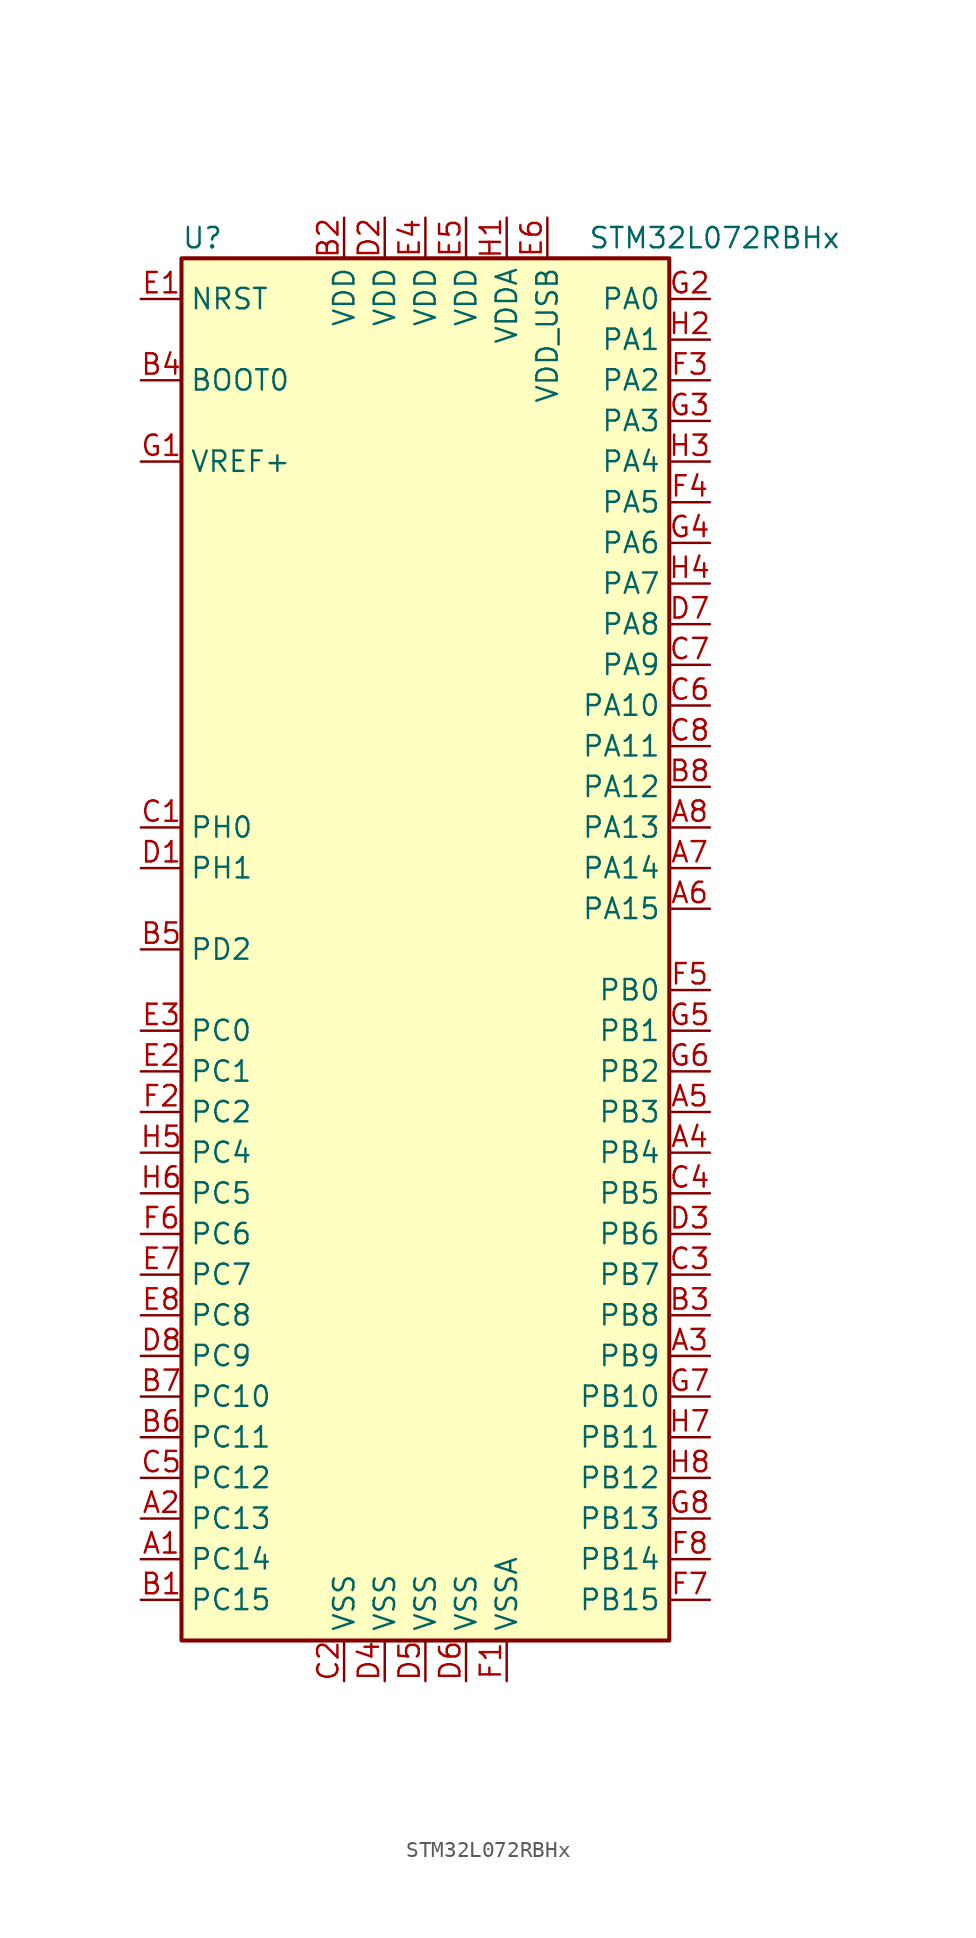
<source format=kicad_sym>
(kicad_symbol_lib
  (version 20211014)
  (generator kicad_symbol_editor)
  (symbol "STM32L072RBHx"
    (property "Reference" "U"
      (at -15.24 44.45 0)
      (effects (font (size 1.27 1.27)) (justify left)))
    (property "Value" "STM32L072RBHx"
      (at 10.16 44.45 0)
      (effects (font (size 1.27 1.27)) (justify left)))
    (symbol "STM32L072RBHx_0_1"
      (rectangle (start -15.24 -43.18) (end 15.24 43.18) (stroke (width 0.254) (type default) (color 0 0 0 0)) (fill (type background))))
    (symbol "STM32L072RBHx_1_1"
      (pin bidirectional line (at -17.78 -38.1 0) (length 2.54) (name "PC14" (effects (font (size 1.27 1.27)))) (number "A1" (effects (font (size 1.27 1.27)))))
      (pin bidirectional line (at -17.78 -35.56 0) (length 2.54) (name "PC13" (effects (font (size 1.27 1.27)))) (number "A2" (effects (font (size 1.27 1.27)))))
      (pin bidirectional line (at 17.78 -25.4 180) (length 2.54) (name "PB9" (effects (font (size 1.27 1.27)))) (number "A3" (effects (font (size 1.27 1.27)))))
      (pin bidirectional line (at 17.78 -12.7 180) (length 2.54) (name "PB4" (effects (font (size 1.27 1.27)))) (number "A4" (effects (font (size 1.27 1.27)))))
      (pin bidirectional line (at 17.78 -10.16 180) (length 2.54) (name "PB3" (effects (font (size 1.27 1.27)))) (number "A5" (effects (font (size 1.27 1.27)))))
      (pin bidirectional line (at 17.78 2.54 180) (length 2.54) (name "PA15" (effects (font (size 1.27 1.27)))) (number "A6" (effects (font (size 1.27 1.27)))))
      (pin bidirectional line (at 17.78 5.08 180) (length 2.54) (name "PA14" (effects (font (size 1.27 1.27)))) (number "A7" (effects (font (size 1.27 1.27)))))
      (pin bidirectional line (at 17.78 7.62 180) (length 2.54) (name "PA13" (effects (font (size 1.27 1.27)))) (number "A8" (effects (font (size 1.27 1.27)))))
      (pin bidirectional line (at -17.78 -40.64 0) (length 2.54) (name "PC15" (effects (font (size 1.27 1.27)))) (number "B1" (effects (font (size 1.27 1.27)))))
      (pin power_in line (at -5.08 45.72 270) (length 2.54) (name "VDD" (effects (font (size 1.27 1.27)))) (number "B2" (effects (font (size 1.27 1.27)))))
      (pin bidirectional line (at 17.78 -22.86 180) (length 2.54) (name "PB8" (effects (font (size 1.27 1.27)))) (number "B3" (effects (font (size 1.27 1.27)))))
      (pin input line (at -17.78 35.56 0) (length 2.54) (name "BOOT0" (effects (font (size 1.27 1.27)))) (number "B4" (effects (font (size 1.27 1.27)))))
      (pin bidirectional line (at -17.78 0 0) (length 2.54) (name "PD2" (effects (font (size 1.27 1.27)))) (number "B5" (effects (font (size 1.27 1.27)))))
      (pin bidirectional line (at -17.78 -30.48 0) (length 2.54) (name "PC11" (effects (font (size 1.27 1.27)))) (number "B6" (effects (font (size 1.27 1.27)))))
      (pin bidirectional line (at -17.78 -27.94 0) (length 2.54) (name "PC10" (effects (font (size 1.27 1.27)))) (number "B7" (effects (font (size 1.27 1.27)))))
      (pin bidirectional line (at 17.78 10.16 180) (length 2.54) (name "PA12" (effects (font (size 1.27 1.27)))) (number "B8" (effects (font (size 1.27 1.27)))))
      (pin input line (at -17.78 7.62 0) (length 2.54) (name "PH0" (effects (font (size 1.27 1.27)))) (number "C1" (effects (font (size 1.27 1.27)))))
      (pin power_in line (at -5.08 -45.72 90) (length 2.54) (name "VSS" (effects (font (size 1.27 1.27)))) (number "C2" (effects (font (size 1.27 1.27)))))
      (pin bidirectional line (at 17.78 -20.32 180) (length 2.54) (name "PB7" (effects (font (size 1.27 1.27)))) (number "C3" (effects (font (size 1.27 1.27)))))
      (pin bidirectional line (at 17.78 -15.24 180) (length 2.54) (name "PB5" (effects (font (size 1.27 1.27)))) (number "C4" (effects (font (size 1.27 1.27)))))
      (pin bidirectional line (at -17.78 -33.02 0) (length 2.54) (name "PC12" (effects (font (size 1.27 1.27)))) (number "C5" (effects (font (size 1.27 1.27)))))
      (pin bidirectional line (at 17.78 15.24 180) (length 2.54) (name "PA10" (effects (font (size 1.27 1.27)))) (number "C6" (effects (font (size 1.27 1.27)))))
      (pin bidirectional line (at 17.78 17.78 180) (length 2.54) (name "PA9" (effects (font (size 1.27 1.27)))) (number "C7" (effects (font (size 1.27 1.27)))))
      (pin bidirectional line (at 17.78 12.7 180) (length 2.54) (name "PA11" (effects (font (size 1.27 1.27)))) (number "C8" (effects (font (size 1.27 1.27)))))
      (pin input line (at -17.78 5.08 0) (length 2.54) (name "PH1" (effects (font (size 1.27 1.27)))) (number "D1" (effects (font (size 1.27 1.27)))))
      (pin power_in line (at -2.54 45.72 270) (length 2.54) (name "VDD" (effects (font (size 1.27 1.27)))) (number "D2" (effects (font (size 1.27 1.27)))))
      (pin bidirectional line (at 17.78 -17.78 180) (length 2.54) (name "PB6" (effects (font (size 1.27 1.27)))) (number "D3" (effects (font (size 1.27 1.27)))))
      (pin power_in line (at -2.54 -45.72 90) (length 2.54) (name "VSS" (effects (font (size 1.27 1.27)))) (number "D4" (effects (font (size 1.27 1.27)))))
      (pin power_in line (at 0 -45.72 90) (length 2.54) (name "VSS" (effects (font (size 1.27 1.27)))) (number "D5" (effects (font (size 1.27 1.27)))))
      (pin power_in line (at 2.54 -45.72 90) (length 2.54) (name "VSS" (effects (font (size 1.27 1.27)))) (number "D6" (effects (font (size 1.27 1.27)))))
      (pin bidirectional line (at 17.78 20.32 180) (length 2.54) (name "PA8" (effects (font (size 1.27 1.27)))) (number "D7" (effects (font (size 1.27 1.27)))))
      (pin bidirectional line (at -17.78 -25.4 0) (length 2.54) (name "PC9" (effects (font (size 1.27 1.27)))) (number "D8" (effects (font (size 1.27 1.27)))))
      (pin input line (at -17.78 40.64 0) (length 2.54) (name "NRST" (effects (font (size 1.27 1.27)))) (number "E1" (effects (font (size 1.27 1.27)))))
      (pin bidirectional line (at -17.78 -7.62 0) (length 2.54) (name "PC1" (effects (font (size 1.27 1.27)))) (number "E2" (effects (font (size 1.27 1.27)))))
      (pin bidirectional line (at -17.78 -5.08 0) (length 2.54) (name "PC0" (effects (font (size 1.27 1.27)))) (number "E3" (effects (font (size 1.27 1.27)))))
      (pin power_in line (at 0 45.72 270) (length 2.54) (name "VDD" (effects (font (size 1.27 1.27)))) (number "E4" (effects (font (size 1.27 1.27)))))
      (pin power_in line (at 2.54 45.72 270) (length 2.54) (name "VDD" (effects (font (size 1.27 1.27)))) (number "E5" (effects (font (size 1.27 1.27)))))
      (pin power_in line (at 7.62 45.72 270) (length 2.54) (name "VDD_USB" (effects (font (size 1.27 1.27)))) (number "E6" (effects (font (size 1.27 1.27)))))
      (pin bidirectional line (at -17.78 -20.32 0) (length 2.54) (name "PC7" (effects (font (size 1.27 1.27)))) (number "E7" (effects (font (size 1.27 1.27)))))
      (pin bidirectional line (at -17.78 -22.86 0) (length 2.54) (name "PC8" (effects (font (size 1.27 1.27)))) (number "E8" (effects (font (size 1.27 1.27)))))
      (pin power_in line (at 5.08 -45.72 90) (length 2.54) (name "VSSA" (effects (font (size 1.27 1.27)))) (number "F1" (effects (font (size 1.27 1.27)))))
      (pin bidirectional line (at -17.78 -10.16 0) (length 2.54) (name "PC2" (effects (font (size 1.27 1.27)))) (number "F2" (effects (font (size 1.27 1.27)))))
      (pin bidirectional line (at 17.78 35.56 180) (length 2.54) (name "PA2" (effects (font (size 1.27 1.27)))) (number "F3" (effects (font (size 1.27 1.27)))))
      (pin bidirectional line (at 17.78 27.94 180) (length 2.54) (name "PA5" (effects (font (size 1.27 1.27)))) (number "F4" (effects (font (size 1.27 1.27)))))
      (pin bidirectional line (at 17.78 -2.54 180) (length 2.54) (name "PB0" (effects (font (size 1.27 1.27)))) (number "F5" (effects (font (size 1.27 1.27)))))
      (pin bidirectional line (at -17.78 -17.78 0) (length 2.54) (name "PC6" (effects (font (size 1.27 1.27)))) (number "F6" (effects (font (size 1.27 1.27)))))
      (pin bidirectional line (at 17.78 -40.64 180) (length 2.54) (name "PB15" (effects (font (size 1.27 1.27)))) (number "F7" (effects (font (size 1.27 1.27)))))
      (pin bidirectional line (at 17.78 -38.1 180) (length 2.54) (name "PB14" (effects (font (size 1.27 1.27)))) (number "F8" (effects (font (size 1.27 1.27)))))
      (pin power_in line (at -17.78 30.48 0) (length 2.54) (name "VREF+" (effects (font (size 1.27 1.27)))) (number "G1" (effects (font (size 1.27 1.27)))))
      (pin bidirectional line (at 17.78 40.64 180) (length 2.54) (name "PA0" (effects (font (size 1.27 1.27)))) (number "G2" (effects (font (size 1.27 1.27)))))
      (pin bidirectional line (at 17.78 33.02 180) (length 2.54) (name "PA3" (effects (font (size 1.27 1.27)))) (number "G3" (effects (font (size 1.27 1.27)))))
      (pin bidirectional line (at 17.78 25.4 180) (length 2.54) (name "PA6" (effects (font (size 1.27 1.27)))) (number "G4" (effects (font (size 1.27 1.27)))))
      (pin bidirectional line (at 17.78 -5.08 180) (length 2.54) (name "PB1" (effects (font (size 1.27 1.27)))) (number "G5" (effects (font (size 1.27 1.27)))))
      (pin bidirectional line (at 17.78 -7.62 180) (length 2.54) (name "PB2" (effects (font (size 1.27 1.27)))) (number "G6" (effects (font (size 1.27 1.27)))))
      (pin bidirectional line (at 17.78 -27.94 180) (length 2.54) (name "PB10" (effects (font (size 1.27 1.27)))) (number "G7" (effects (font (size 1.27 1.27)))))
      (pin bidirectional line (at 17.78 -35.56 180) (length 2.54) (name "PB13" (effects (font (size 1.27 1.27)))) (number "G8" (effects (font (size 1.27 1.27)))))
      (pin power_in line (at 5.08 45.72 270) (length 2.54) (name "VDDA" (effects (font (size 1.27 1.27)))) (number "H1" (effects (font (size 1.27 1.27)))))
      (pin bidirectional line (at 17.78 38.1 180) (length 2.54) (name "PA1" (effects (font (size 1.27 1.27)))) (number "H2" (effects (font (size 1.27 1.27)))))
      (pin bidirectional line (at 17.78 30.48 180) (length 2.54) (name "PA4" (effects (font (size 1.27 1.27)))) (number "H3" (effects (font (size 1.27 1.27)))))
      (pin bidirectional line (at 17.78 22.86 180) (length 2.54) (name "PA7" (effects (font (size 1.27 1.27)))) (number "H4" (effects (font (size 1.27 1.27)))))
      (pin bidirectional line (at -17.78 -12.7 0) (length 2.54) (name "PC4" (effects (font (size 1.27 1.27)))) (number "H5" (effects (font (size 1.27 1.27)))))
      (pin bidirectional line (at -17.78 -15.24 0) (length 2.54) (name "PC5" (effects (font (size 1.27 1.27)))) (number "H6" (effects (font (size 1.27 1.27)))))
      (pin bidirectional line (at 17.78 -30.48 180) (length 2.54) (name "PB11" (effects (font (size 1.27 1.27)))) (number "H7" (effects (font (size 1.27 1.27)))))
      (pin bidirectional line (at 17.78 -33.02 180) (length 2.54) (name "PB12" (effects (font (size 1.27 1.27)))) (number "H8" (effects (font (size 1.27 1.27))))))))
</source>
